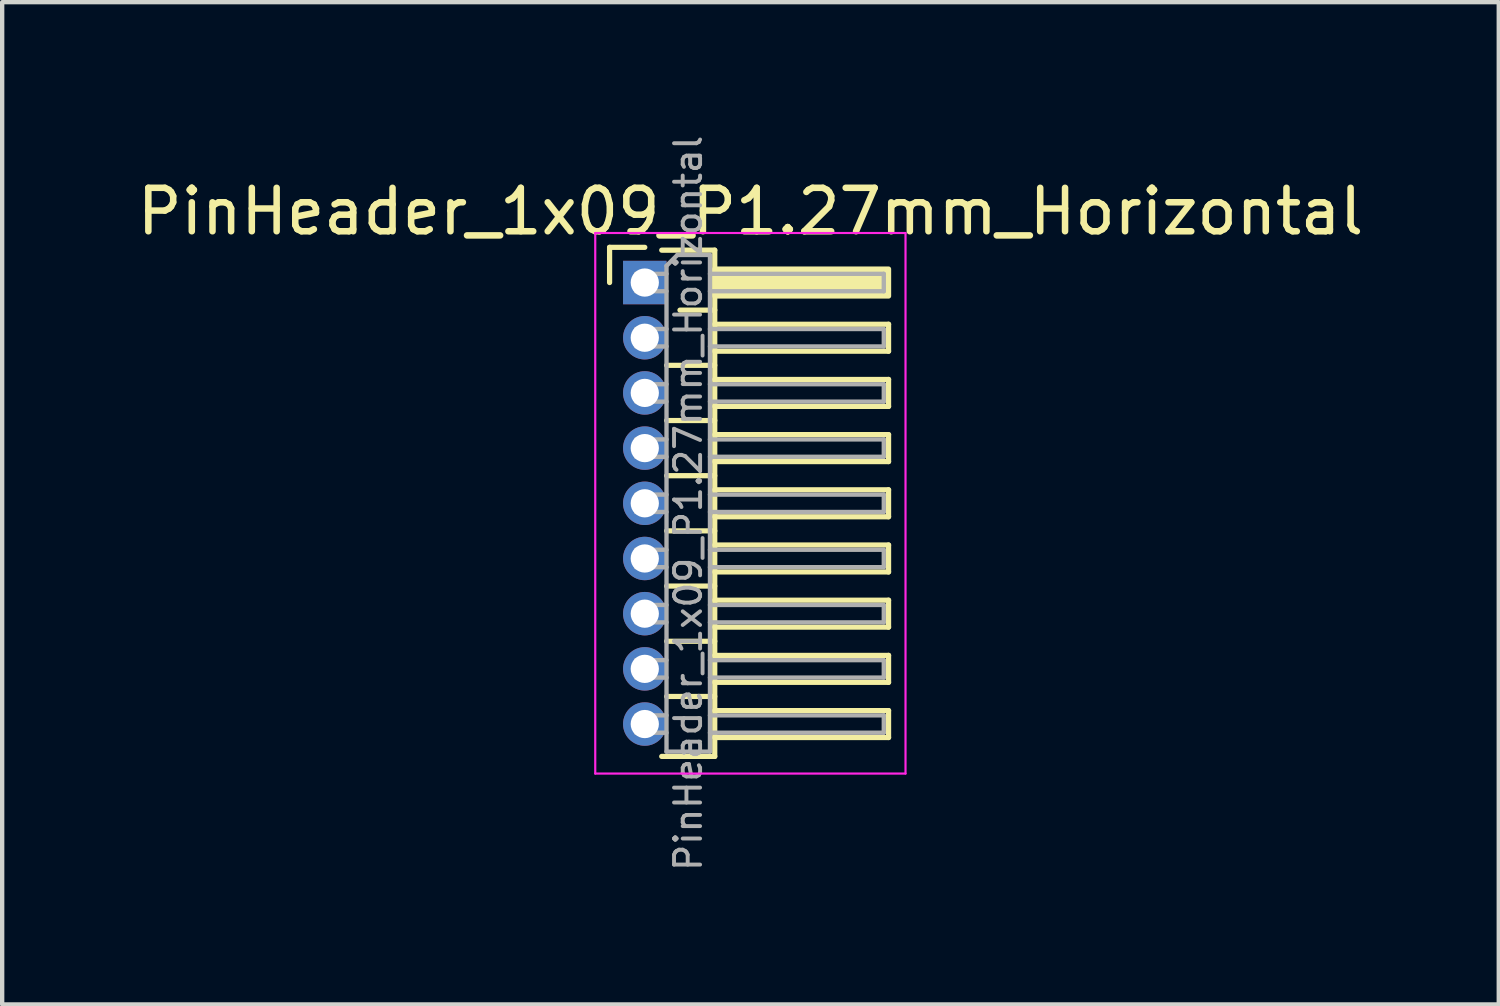
<source format=kicad_pcb>
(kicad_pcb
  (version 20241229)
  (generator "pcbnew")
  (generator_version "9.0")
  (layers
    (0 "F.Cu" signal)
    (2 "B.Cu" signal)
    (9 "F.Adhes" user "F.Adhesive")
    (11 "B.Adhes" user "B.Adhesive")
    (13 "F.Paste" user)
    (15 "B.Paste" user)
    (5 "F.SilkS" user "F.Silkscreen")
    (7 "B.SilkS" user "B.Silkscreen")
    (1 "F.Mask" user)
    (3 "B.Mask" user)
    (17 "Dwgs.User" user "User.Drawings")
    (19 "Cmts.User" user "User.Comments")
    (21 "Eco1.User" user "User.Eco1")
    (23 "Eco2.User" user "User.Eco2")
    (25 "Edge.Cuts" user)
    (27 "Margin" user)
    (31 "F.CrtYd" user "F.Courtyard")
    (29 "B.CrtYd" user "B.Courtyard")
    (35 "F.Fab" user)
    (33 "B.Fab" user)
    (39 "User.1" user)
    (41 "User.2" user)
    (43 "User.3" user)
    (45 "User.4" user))
  (footprint "PinHeader_1x09_P1.27mm_Horizontal"
    (layer "F.Cu")
    (at 11.788 3.452)
    (property "Reference" "PinHeader_1x09_P1.27mm_Horizontal" (at 2.433 -1.635 0) (layer "F.SilkS") (effects (font (size 1 1) (thickness 0.15))))
    (attr through_hole)
    (fp_line (start -0.81 -0.81) (end 0 -0.81) (stroke (width 0.12) (type solid)) (layer "F.SilkS"))
    (fp_line (start -0.81 0) (end -0.81 -0.81) (stroke (width 0.12) (type solid)) (layer "F.SilkS"))
    (fp_line (start 0.39 -0.745) (end 1.61 -0.745) (stroke (width 0.12) (type solid)) (layer "F.SilkS"))
    (fp_line (start 0.503 1.905) (end 1.61 1.905) (stroke (width 0.12) (type solid)) (layer "F.SilkS"))
    (fp_line (start 0.503 3.175) (end 1.61 3.175) (stroke (width 0.12) (type solid)) (layer "F.SilkS"))
    (fp_line (start 0.503 4.445) (end 1.61 4.445) (stroke (width 0.12) (type solid)) (layer "F.SilkS"))
    (fp_line (start 0.503 5.715) (end 1.61 5.715) (stroke (width 0.12) (type solid)) (layer "F.SilkS"))
    (fp_line (start 0.503 6.985) (end 1.61 6.985) (stroke (width 0.12) (type solid)) (layer "F.SilkS"))
    (fp_line (start 0.503 8.255) (end 1.61 8.255) (stroke (width 0.12) (type solid)) (layer "F.SilkS"))
    (fp_line (start 0.503 9.525) (end 1.61 9.525) (stroke (width 0.12) (type solid)) (layer "F.SilkS"))
    (fp_line (start 0.81 0.635) (end 1.61 0.635) (stroke (width 0.12) (type solid)) (layer "F.SilkS"))
    (fp_line (start 1.61 -0.745) (end 1.61 10.905) (stroke (width 0.12) (type solid)) (layer "F.SilkS"))
    (fp_line (start 1.61 0.96) (end 5.61 0.96) (stroke (width 0.12) (type solid)) (layer "F.SilkS"))
    (fp_line (start 1.61 2.23) (end 5.61 2.23) (stroke (width 0.12) (type solid)) (layer "F.SilkS"))
    (fp_line (start 1.61 3.5) (end 5.61 3.5) (stroke (width 0.12) (type solid)) (layer "F.SilkS"))
    (fp_line (start 1.61 4.77) (end 5.61 4.77) (stroke (width 0.12) (type solid)) (layer "F.SilkS"))
    (fp_line (start 1.61 6.04) (end 5.61 6.04) (stroke (width 0.12) (type solid)) (layer "F.SilkS"))
    (fp_line (start 1.61 7.31) (end 5.61 7.31) (stroke (width 0.12) (type solid)) (layer "F.SilkS"))
    (fp_line (start 1.61 8.58) (end 5.61 8.58) (stroke (width 0.12) (type solid)) (layer "F.SilkS"))
    (fp_line (start 1.61 9.85) (end 5.61 9.85) (stroke (width 0.12) (type solid)) (layer "F.SilkS"))
    (fp_line (start 1.61 10.905) (end 0.39 10.905) (stroke (width 0.12) (type solid)) (layer "F.SilkS"))
    (fp_line (start 5.61 0.96) (end 5.61 1.58) (stroke (width 0.12) (type solid)) (layer "F.SilkS"))
    (fp_line (start 5.61 1.58) (end 1.61 1.58) (stroke (width 0.12) (type solid)) (layer "F.SilkS"))
    (fp_line (start 5.61 2.23) (end 5.61 2.85) (stroke (width 0.12) (type solid)) (layer "F.SilkS"))
    (fp_line (start 5.61 2.85) (end 1.61 2.85) (stroke (width 0.12) (type solid)) (layer "F.SilkS"))
    (fp_line (start 5.61 3.5) (end 5.61 4.12) (stroke (width 0.12) (type solid)) (layer "F.SilkS"))
    (fp_line (start 5.61 4.12) (end 1.61 4.12) (stroke (width 0.12) (type solid)) (layer "F.SilkS"))
    (fp_line (start 5.61 4.77) (end 5.61 5.39) (stroke (width 0.12) (type solid)) (layer "F.SilkS"))
    (fp_line (start 5.61 5.39) (end 1.61 5.39) (stroke (width 0.12) (type solid)) (layer "F.SilkS"))
    (fp_line (start 5.61 6.04) (end 5.61 6.66) (stroke (width 0.12) (type solid)) (layer "F.SilkS"))
    (fp_line (start 5.61 6.66) (end 1.61 6.66) (stroke (width 0.12) (type solid)) (layer "F.SilkS"))
    (fp_line (start 5.61 7.31) (end 5.61 7.93) (stroke (width 0.12) (type solid)) (layer "F.SilkS"))
    (fp_line (start 5.61 7.93) (end 1.61 7.93) (stroke (width 0.12) (type solid)) (layer "F.SilkS"))
    (fp_line (start 5.61 8.58) (end 5.61 9.2) (stroke (width 0.12) (type solid)) (layer "F.SilkS"))
    (fp_line (start 5.61 9.2) (end 1.61 9.2) (stroke (width 0.12) (type solid)) (layer "F.SilkS"))
    (fp_line (start 5.61 9.85) (end 5.61 10.47) (stroke (width 0.12) (type solid)) (layer "F.SilkS"))
    (fp_line (start 5.61 10.47) (end 1.61 10.47) (stroke (width 0.12) (type solid)) (layer "F.SilkS"))
    (fp_rect (start 1.61 -0.31) (end 5.61 0.31) (stroke (width 0.12) (type solid)) (fill yes) (layer "F.SilkS"))
    (fp_line (start -1.14 -1.14) (end -1.14 11.3) (stroke (width 0.05) (type solid)) (layer "F.CrtYd"))
    (fp_line (start -1.14 11.3) (end 6 11.3) (stroke (width 0.05) (type solid)) (layer "F.CrtYd"))
    (fp_line (start 6 -1.14) (end -1.14 -1.14) (stroke (width 0.05) (type solid)) (layer "F.CrtYd"))
    (fp_line (start 6 11.3) (end 6 -1.14) (stroke (width 0.05) (type solid)) (layer "F.CrtYd"))
    (fp_line (start -0.2 -0.2) (end -0.2 0.2) (stroke (width 0.1) (type solid)) (layer "F.Fab"))
    (fp_line (start -0.2 -0.2) (end 0.5 -0.2) (stroke (width 0.1) (type solid)) (layer "F.Fab"))
    (fp_line (start -0.2 0.2) (end 0.5 0.2) (stroke (width 0.1) (type solid)) (layer "F.Fab"))
    (fp_line (start -0.2 1.07) (end -0.2 1.47) (stroke (width 0.1) (type solid)) (layer "F.Fab"))
    (fp_line (start -0.2 1.07) (end 0.5 1.07) (stroke (width 0.1) (type solid)) (layer "F.Fab"))
    (fp_line (start -0.2 1.47) (end 0.5 1.47) (stroke (width 0.1) (type solid)) (layer "F.Fab"))
    (fp_line (start -0.2 2.34) (end -0.2 2.74) (stroke (width 0.1) (type solid)) (layer "F.Fab"))
    (fp_line (start -0.2 2.34) (end 0.5 2.34) (stroke (width 0.1) (type solid)) (layer "F.Fab"))
    (fp_line (start -0.2 2.74) (end 0.5 2.74) (stroke (width 0.1) (type solid)) (layer "F.Fab"))
    (fp_line (start -0.2 3.61) (end -0.2 4.01) (stroke (width 0.1) (type solid)) (layer "F.Fab"))
    (fp_line (start -0.2 3.61) (end 0.5 3.61) (stroke (width 0.1) (type solid)) (layer "F.Fab"))
    (fp_line (start -0.2 4.01) (end 0.5 4.01) (stroke (width 0.1) (type solid)) (layer "F.Fab"))
    (fp_line (start -0.2 4.88) (end -0.2 5.28) (stroke (width 0.1) (type solid)) (layer "F.Fab"))
    (fp_line (start -0.2 4.88) (end 0.5 4.88) (stroke (width 0.1) (type solid)) (layer "F.Fab"))
    (fp_line (start -0.2 5.28) (end 0.5 5.28) (stroke (width 0.1) (type solid)) (layer "F.Fab"))
    (fp_line (start -0.2 6.15) (end -0.2 6.55) (stroke (width 0.1) (type solid)) (layer "F.Fab"))
    (fp_line (start -0.2 6.15) (end 0.5 6.15) (stroke (width 0.1) (type solid)) (layer "F.Fab"))
    (fp_line (start -0.2 6.55) (end 0.5 6.55) (stroke (width 0.1) (type solid)) (layer "F.Fab"))
    (fp_line (start -0.2 7.42) (end -0.2 7.82) (stroke (width 0.1) (type solid)) (layer "F.Fab"))
    (fp_line (start -0.2 7.42) (end 0.5 7.42) (stroke (width 0.1) (type solid)) (layer "F.Fab"))
    (fp_line (start -0.2 7.82) (end 0.5 7.82) (stroke (width 0.1) (type solid)) (layer "F.Fab"))
    (fp_line (start -0.2 8.69) (end -0.2 9.09) (stroke (width 0.1) (type solid)) (layer "F.Fab"))
    (fp_line (start -0.2 8.69) (end 0.5 8.69) (stroke (width 0.1) (type solid)) (layer "F.Fab"))
    (fp_line (start -0.2 9.09) (end 0.5 9.09) (stroke (width 0.1) (type solid)) (layer "F.Fab"))
    (fp_line (start -0.2 9.96) (end -0.2 10.36) (stroke (width 0.1) (type solid)) (layer "F.Fab"))
    (fp_line (start -0.2 9.96) (end 0.5 9.96) (stroke (width 0.1) (type solid)) (layer "F.Fab"))
    (fp_line (start -0.2 10.36) (end 0.5 10.36) (stroke (width 0.1) (type solid)) (layer "F.Fab"))
    (fp_line (start 0.5 -0.385) (end 0.75 -0.635) (stroke (width 0.1) (type solid)) (layer "F.Fab"))
    (fp_line (start 0.5 10.795) (end 0.5 -0.385) (stroke (width 0.1) (type solid)) (layer "F.Fab"))
    (fp_line (start 0.75 -0.635) (end 1.5 -0.635) (stroke (width 0.1) (type solid)) (layer "F.Fab"))
    (fp_line (start 1.5 -0.635) (end 1.5 10.795) (stroke (width 0.1) (type solid)) (layer "F.Fab"))
    (fp_line (start 1.5 -0.2) (end 5.5 -0.2) (stroke (width 0.1) (type solid)) (layer "F.Fab"))
    (fp_line (start 1.5 0.2) (end 5.5 0.2) (stroke (width 0.1) (type solid)) (layer "F.Fab"))
    (fp_line (start 1.5 1.07) (end 5.5 1.07) (stroke (width 0.1) (type solid)) (layer "F.Fab"))
    (fp_line (start 1.5 1.47) (end 5.5 1.47) (stroke (width 0.1) (type solid)) (layer "F.Fab"))
    (fp_line (start 1.5 2.34) (end 5.5 2.34) (stroke (width 0.1) (type solid)) (layer "F.Fab"))
    (fp_line (start 1.5 2.74) (end 5.5 2.74) (stroke (width 0.1) (type solid)) (layer "F.Fab"))
    (fp_line (start 1.5 3.61) (end 5.5 3.61) (stroke (width 0.1) (type solid)) (layer "F.Fab"))
    (fp_line (start 1.5 4.01) (end 5.5 4.01) (stroke (width 0.1) (type solid)) (layer "F.Fab"))
    (fp_line (start 1.5 4.88) (end 5.5 4.88) (stroke (width 0.1) (type solid)) (layer "F.Fab"))
    (fp_line (start 1.5 5.28) (end 5.5 5.28) (stroke (width 0.1) (type solid)) (layer "F.Fab"))
    (fp_line (start 1.5 6.15) (end 5.5 6.15) (stroke (width 0.1) (type solid)) (layer "F.Fab"))
    (fp_line (start 1.5 6.55) (end 5.5 6.55) (stroke (width 0.1) (type solid)) (layer "F.Fab"))
    (fp_line (start 1.5 7.42) (end 5.5 7.42) (stroke (width 0.1) (type solid)) (layer "F.Fab"))
    (fp_line (start 1.5 7.82) (end 5.5 7.82) (stroke (width 0.1) (type solid)) (layer "F.Fab"))
    (fp_line (start 1.5 8.69) (end 5.5 8.69) (stroke (width 0.1) (type solid)) (layer "F.Fab"))
    (fp_line (start 1.5 9.09) (end 5.5 9.09) (stroke (width 0.1) (type solid)) (layer "F.Fab"))
    (fp_line (start 1.5 9.96) (end 5.5 9.96) (stroke (width 0.1) (type solid)) (layer "F.Fab"))
    (fp_line (start 1.5 10.36) (end 5.5 10.36) (stroke (width 0.1) (type solid)) (layer "F.Fab"))
    (fp_line (start 1.5 10.795) (end 0.5 10.795) (stroke (width 0.1) (type solid)) (layer "F.Fab"))
    (fp_line (start 5.5 -0.2) (end 5.5 0.2) (stroke (width 0.1) (type solid)) (layer "F.Fab"))
    (fp_line (start 5.5 1.07) (end 5.5 1.47) (stroke (width 0.1) (type solid)) (layer "F.Fab"))
    (fp_line (start 5.5 2.34) (end 5.5 2.74) (stroke (width 0.1) (type solid)) (layer "F.Fab"))
    (fp_line (start 5.5 3.61) (end 5.5 4.01) (stroke (width 0.1) (type solid)) (layer "F.Fab"))
    (fp_line (start 5.5 4.88) (end 5.5 5.28) (stroke (width 0.1) (type solid)) (layer "F.Fab"))
    (fp_line (start 5.5 6.15) (end 5.5 6.55) (stroke (width 0.1) (type solid)) (layer "F.Fab"))
    (fp_line (start 5.5 7.42) (end 5.5 7.82) (stroke (width 0.1) (type solid)) (layer "F.Fab"))
    (fp_line (start 5.5 8.69) (end 5.5 9.09) (stroke (width 0.1) (type solid)) (layer "F.Fab"))
    (fp_line (start 5.5 9.96) (end 5.5 10.36) (stroke (width 0.1) (type solid)) (layer "F.Fab"))
    (fp_text user "${REFERENCE}" (at 1 5.08 90) (layer "F.Fab") (effects (font (size 0.6 0.6) (thickness 0.09))))
    (pad "1" thru_hole rect (at 0 0) (size 1 1) (drill 0.65) (layers "*.Cu" "*.Mask"))
    (pad "2" thru_hole circle (at 0 1.27) (size 1 1) (drill 0.65) (layers "*.Cu" "*.Mask"))
    (pad "3" thru_hole circle (at 0 2.54) (size 1 1) (drill 0.65) (layers "*.Cu" "*.Mask"))
    (pad "4" thru_hole circle (at 0 3.81) (size 1 1) (drill 0.65) (layers "*.Cu" "*.Mask"))
    (pad "5" thru_hole circle (at 0 5.08) (size 1 1) (drill 0.65) (layers "*.Cu" "*.Mask"))
    (pad "6" thru_hole circle (at 0 6.35) (size 1 1) (drill 0.65) (layers "*.Cu" "*.Mask"))
    (pad "7" thru_hole circle (at 0 7.62) (size 1 1) (drill 0.65) (layers "*.Cu" "*.Mask"))
    (pad "8" thru_hole circle (at 0 8.89) (size 1 1) (drill 0.65) (layers "*.Cu" "*.Mask"))
    (pad "9" thru_hole circle (at 0 10.16) (size 1 1) (drill 0.65) (layers "*.Cu" "*.Mask")))
  (gr_rect
    (start -3 -3)
    (end 31.44 20.064)
    (stroke (width 0.1) (type default))
    (fill no)
    (layer "Edge.Cuts")))
</source>
